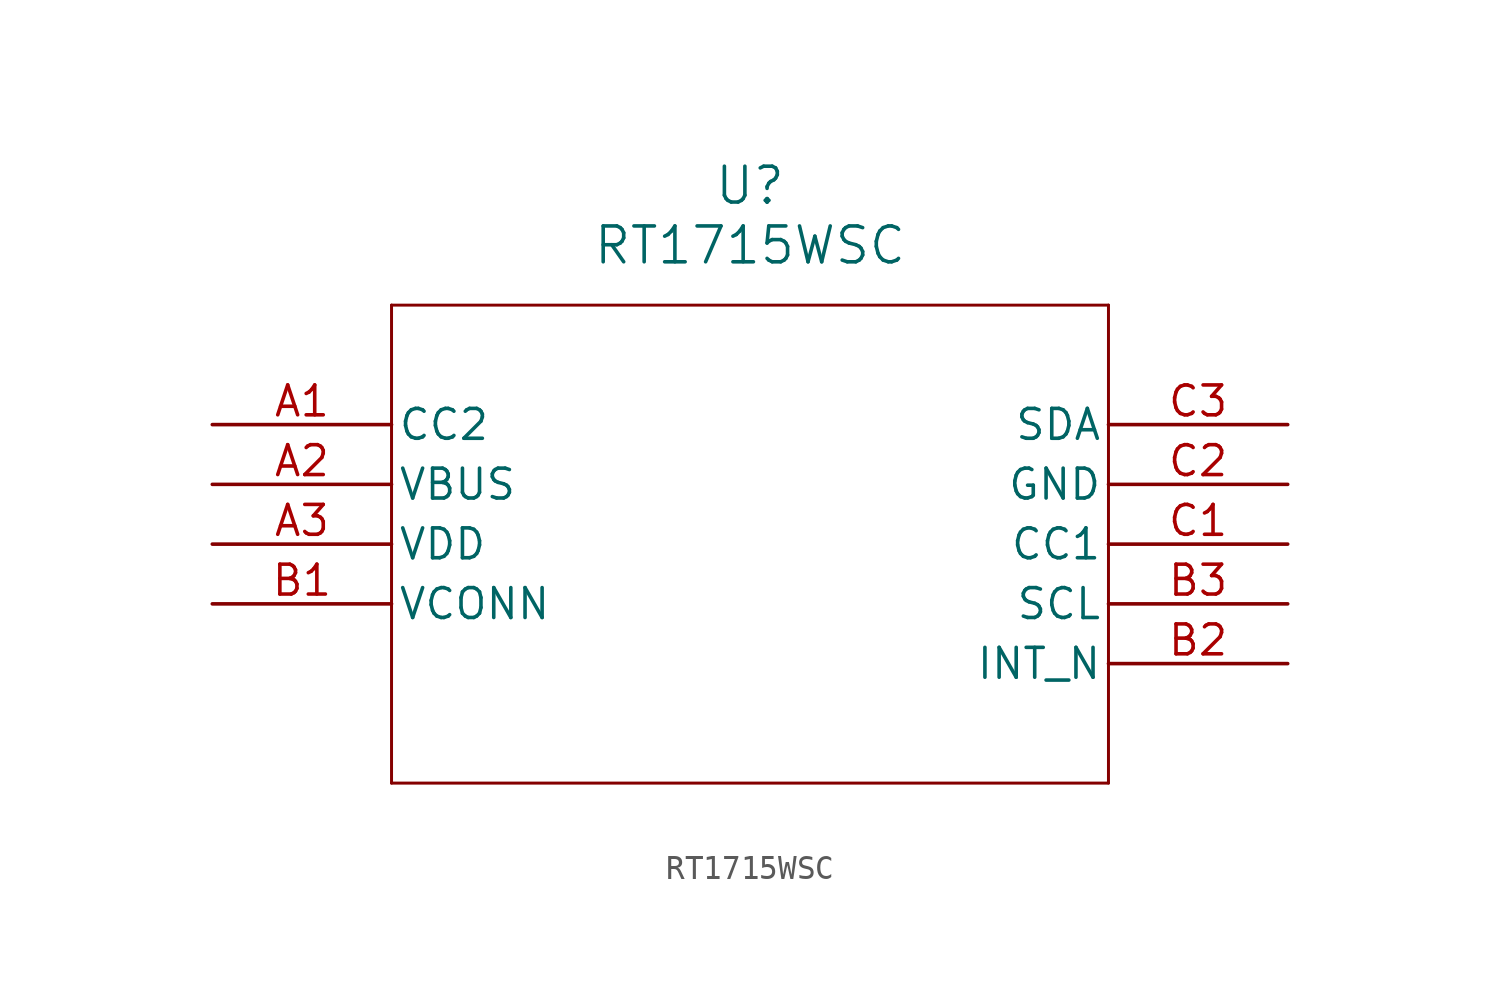
<source format=kicad_sym>
(kicad_symbol_lib
  (version 20231120)
  (generator "kicad_symbol_editor")
  (generator_version "8.0")
  (symbol "RT1715WSC"
    (pin_names
      (offset 0.254))
    (property "Reference" "U"
      (at 22.86 10.16 0)
      (effects (font (size 1.524 1.524))))
    (property "Value" "RT1715WSC"
      (at 22.86 7.62 0)
      (effects (font (size 1.524 1.524))))
    (property "ki_locked" ""
      (at 0 0 0)
      (effects (font (size 1.27 1.27))))
    (symbol "RT1715WSC_0_1"
      (polyline (pts (xy 7.62 -15.24) (xy 38.1 -15.24)) (stroke (width 0.127) (type default)) (fill (type none)))
      (polyline (pts (xy 7.62 5.08) (xy 7.62 -15.24)) (stroke (width 0.127) (type default)) (fill (type none)))
      (polyline (pts (xy 38.1 -15.24) (xy 38.1 5.08)) (stroke (width 0.127) (type default)) (fill (type none)))
      (polyline (pts (xy 38.1 5.08) (xy 7.62 5.08)) (stroke (width 0.127) (type default)) (fill (type none)))
      (pin bidirectional line (at 0 0 0) (length 7.62) (name "CC2" (effects (font (size 1.27 1.27)))) (number "A1" (effects (font (size 1.27 1.27)))))
      (pin unspecified line (at 0 -2.54 0) (length 7.62) (name "VBUS" (effects (font (size 1.27 1.27)))) (number "A2" (effects (font (size 1.27 1.27)))))
      (pin power_in line (at 0 -5.08 0) (length 7.62) (name "VDD" (effects (font (size 1.27 1.27)))) (number "A3" (effects (font (size 1.27 1.27)))))
      (pin unspecified line (at 0 -7.62 0) (length 7.62) (name "VCONN" (effects (font (size 1.27 1.27)))) (number "B1" (effects (font (size 1.27 1.27)))))
      (pin input line (at 45.72 -10.16 180) (length 7.62) (name "INT_N" (effects (font (size 1.27 1.27)))) (number "B2" (effects (font (size 1.27 1.27)))))
      (pin unspecified line (at 45.72 -7.62 180) (length 7.62) (name "SCL" (effects (font (size 1.27 1.27)))) (number "B3" (effects (font (size 1.27 1.27)))))
      (pin bidirectional line (at 45.72 -5.08 180) (length 7.62) (name "CC1" (effects (font (size 1.27 1.27)))) (number "C1" (effects (font (size 1.27 1.27)))))
      (pin power_out line (at 45.72 -2.54 180) (length 7.62) (name "GND" (effects (font (size 1.27 1.27)))) (number "C2" (effects (font (size 1.27 1.27)))))
      (pin unspecified line (at 45.72 0 180) (length 7.62) (name "SDA" (effects (font (size 1.27 1.27)))) (number "C3" (effects (font (size 1.27 1.27))))))))
</source>
